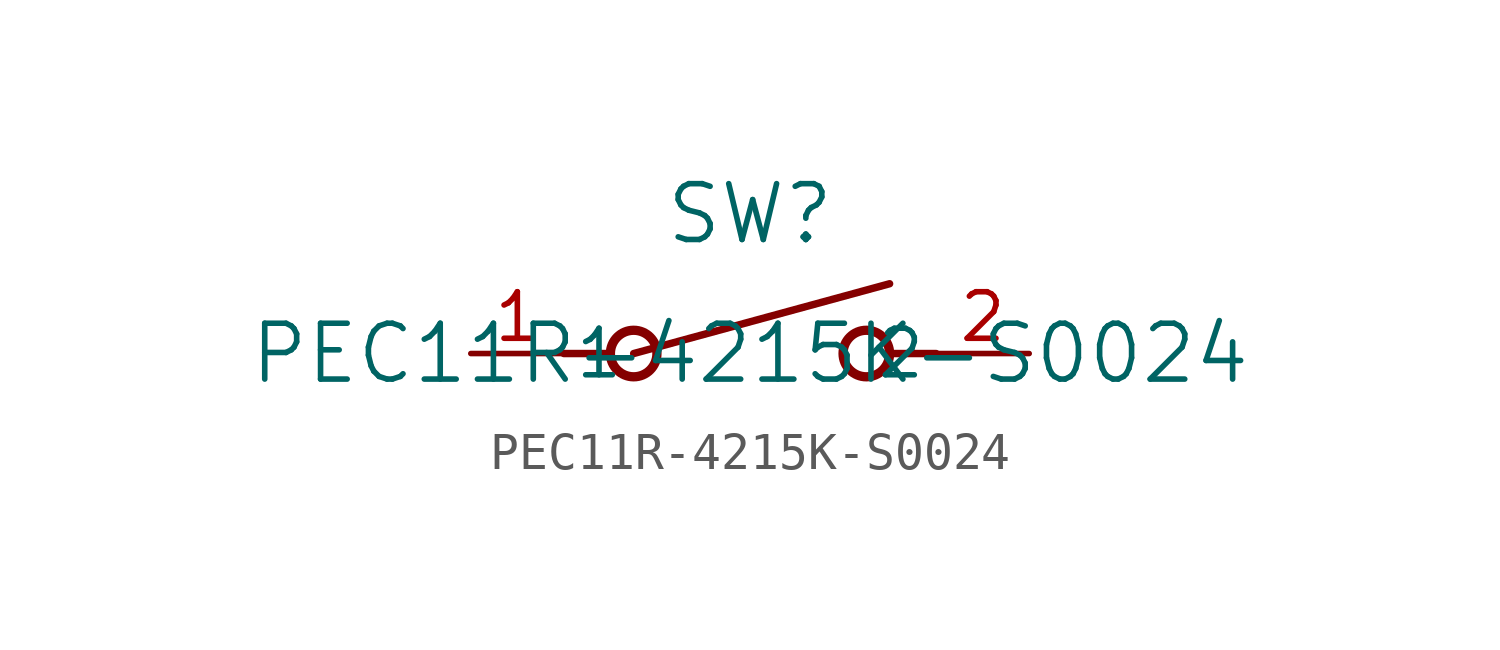
<source format=kicad_sym>
(kicad_symbol_lib
  (version 20211014)
  (generator kicad_symbol_editor)
  (symbol "PEC11R-4215K-S0024"
    (pin_names
      (offset 0.254))
    (property "Reference" "SW"
      (at 0 3.81 0)
      (effects (font (size 1.524 1.524))))
    (property "Value" "PEC11R-4215K-S0024"
      (at 0 0 0)
      (effects (font (size 1.524 1.524))))
    (symbol "PEC11R-4215K-S0024_0_1"
      (polyline (pts (xy -5.08 0) (xy -3.81 0)) (stroke (width 0.203) (type default) (color 0 0 0 0)) (fill (type none)))
      (circle (center 3.175 0) (radius 0.635) (stroke (width 0.254) (type default) (color 0 0 0 0)) (fill (type none)))
      (circle (center -3.175 0) (radius 0.635) (stroke (width 0.254) (type default) (color 0 0 0 0)) (fill (type none)))
      (polyline (pts (xy 5.08 0) (xy 3.81 0)) (stroke (width 0.203) (type default) (color 0 0 0 0)) (fill (type none)))
      (polyline (pts (xy -3.175 0) (xy 3.81 1.905)) (stroke (width 0.203) (type default) (color 0 0 0 0)) (fill (type none)))
      (pin unspecified line (at -7.62 0 0) (length 2.54) (name "1" (effects (font (size 1.27 1.27)))) (number "1" (effects (font (size 1.27 1.27)))))
      (pin unspecified line (at 7.62 0 180) (length 2.54) (name "2" (effects (font (size 1.27 1.27)))) (number "2" (effects (font (size 1.27 1.27))))))))
</source>
